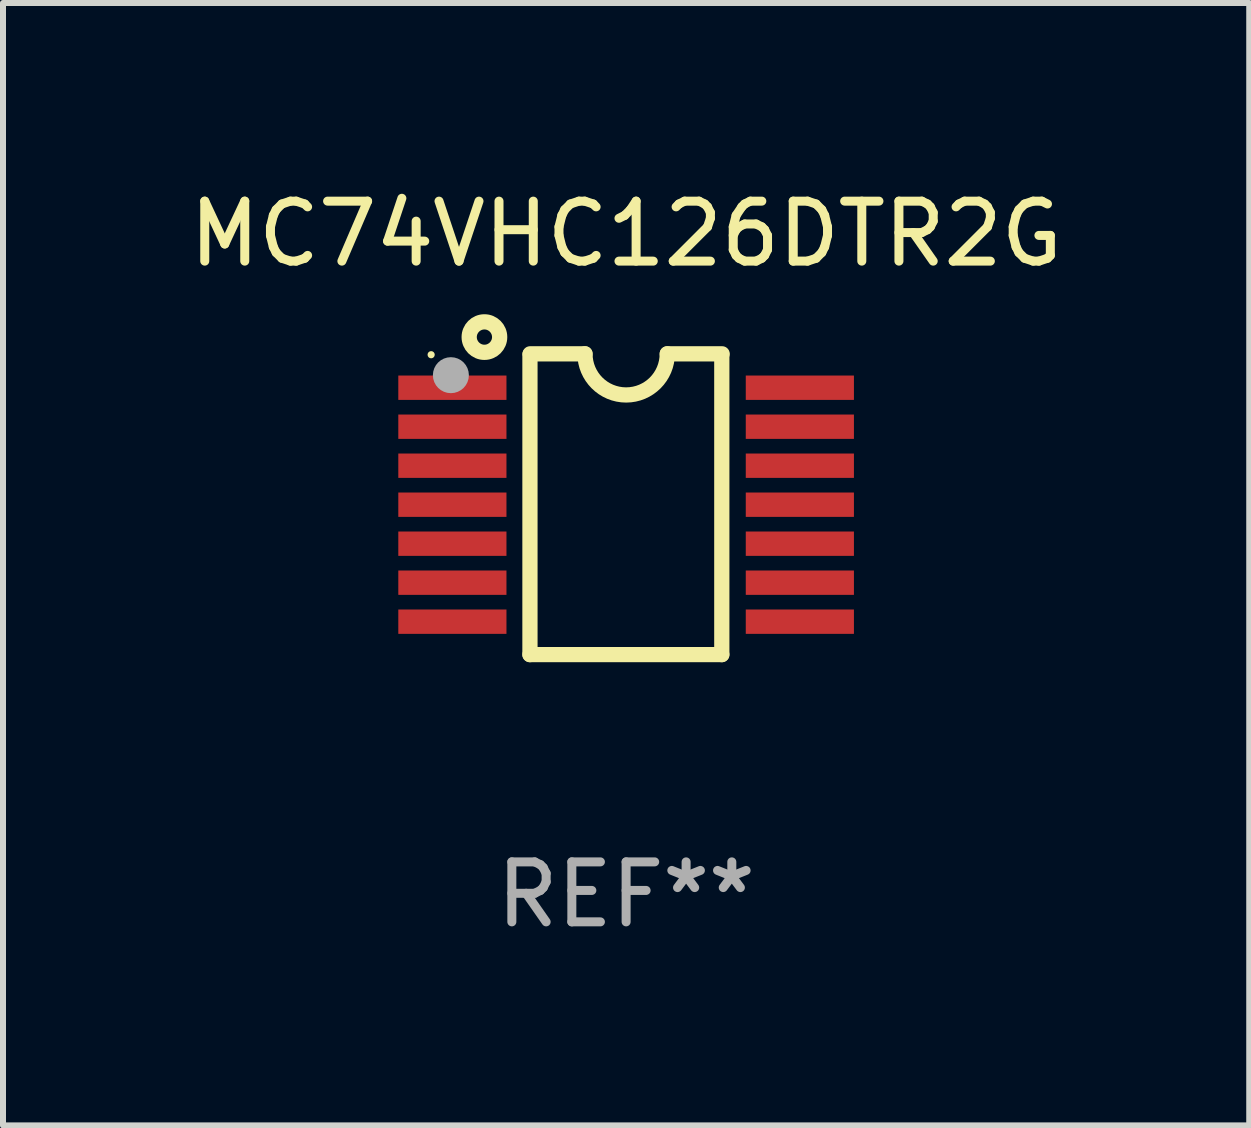
<source format=kicad_pcb>
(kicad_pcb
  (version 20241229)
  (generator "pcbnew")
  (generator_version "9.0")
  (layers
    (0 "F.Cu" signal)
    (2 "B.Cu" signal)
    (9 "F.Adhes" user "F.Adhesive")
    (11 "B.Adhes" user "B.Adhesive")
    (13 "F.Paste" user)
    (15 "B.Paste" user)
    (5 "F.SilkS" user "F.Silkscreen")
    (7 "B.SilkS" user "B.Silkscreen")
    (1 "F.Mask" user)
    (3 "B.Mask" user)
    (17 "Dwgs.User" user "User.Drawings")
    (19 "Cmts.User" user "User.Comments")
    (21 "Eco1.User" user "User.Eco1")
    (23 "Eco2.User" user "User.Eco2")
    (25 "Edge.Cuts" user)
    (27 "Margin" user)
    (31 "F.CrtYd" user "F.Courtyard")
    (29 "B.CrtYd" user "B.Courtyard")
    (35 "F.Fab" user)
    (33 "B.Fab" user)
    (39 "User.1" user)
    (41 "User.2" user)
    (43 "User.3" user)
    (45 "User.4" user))
  (footprint "MC74VHC126DTR2G"
    (layer "F.Cu")
    (at 7.387 5.355)
    (property "Reference" "MC74VHC126DTR2G" (at 0 -4.507 0) (layer "F.SilkS") (effects (font (size 1 1) (thickness 0.15))))
    (attr through_hole)
    (fp_line (start -1.603 2.507) (end -1.603 -2.494) (stroke (width 0.254) (type solid)) (layer "F.SilkS"))
    (fp_line (start -1.603 2.507) (end 1.595 2.507) (stroke (width 0.254) (type solid)) (layer "F.SilkS"))
    (fp_line (start -1.6 -2.507) (end -0.686 -2.507) (stroke (width 0.254) (type solid)) (layer "F.SilkS"))
    (fp_line (start 0.686 -2.507) (end 1.6 -2.507) (stroke (width 0.254) (type solid)) (layer "F.SilkS"))
    (fp_line (start 1.595 2.507) (end 1.595 -2.494) (stroke (width 0.254) (type solid)) (layer "F.SilkS"))
    (fp_arc (start 0.685852 -2.506998) (mid 0.000051 -1.821197) (end -0.68575 -2.506998) (stroke (width 0.254001) (type solid)) (layer "F.SilkS"))
    (fp_circle (center -3.25 -2.492) (end -3.22 -2.492) (stroke (width 0.06) (type solid)) (fill no) (layer "F.SilkS"))
    (fp_circle (center -2.362 -2.786) (end -2.108 -2.786) (stroke (width 0.254) (type solid)) (fill no) (layer "F.SilkS"))
    (fp_circle (center -2.921 -2.151) (end -2.771 -2.151) (stroke (width 0.3) (type solid)) (fill no) (layer "F.Fab"))
    (fp_text user "REF**" (at 0 6.507 0) (layer "F.Fab") (effects (font (size 1 1) (thickness 0.15))))
    (pad "1" smd rect (at -2.896 -1.942) (size 1.803 0.406) (layers "F.Cu" "F.Mask" "F.Paste"))
    (pad "2" smd rect (at -2.896 -1.292) (size 1.803 0.406) (layers "F.Cu" "F.Mask" "F.Paste"))
    (pad "3" smd rect (at -2.896 -0.642) (size 1.803 0.406) (layers "F.Cu" "F.Mask" "F.Paste"))
    (pad "4" smd rect (at -2.896 0.008) (size 1.803 0.406) (layers "F.Cu" "F.Mask" "F.Paste"))
    (pad "5" smd rect (at -2.896 0.658) (size 1.803 0.406) (layers "F.Cu" "F.Mask" "F.Paste"))
    (pad "6" smd rect (at -2.896 1.308) (size 1.803 0.406) (layers "F.Cu" "F.Mask" "F.Paste"))
    (pad "7" smd rect (at -2.896 1.958) (size 1.803 0.406) (layers "F.Cu" "F.Mask" "F.Paste"))
    (pad "8" smd rect (at 2.896 1.958) (size 1.803 0.406) (layers "F.Cu" "F.Mask" "F.Paste"))
    (pad "9" smd rect (at 2.896 1.308) (size 1.803 0.406) (layers "F.Cu" "F.Mask" "F.Paste"))
    (pad "10" smd rect (at 2.896 0.658) (size 1.803 0.406) (layers "F.Cu" "F.Mask" "F.Paste"))
    (pad "11" smd rect (at 2.896 0.008) (size 1.803 0.406) (layers "F.Cu" "F.Mask" "F.Paste"))
    (pad "12" smd rect (at 2.896 -0.642) (size 1.803 0.406) (layers "F.Cu" "F.Mask" "F.Paste"))
    (pad "13" smd rect (at 2.896 -1.292) (size 1.803 0.406) (layers "F.Cu" "F.Mask" "F.Paste"))
    (pad "14" smd rect (at 2.896 -1.942) (size 1.803 0.406) (layers "F.Cu" "F.Mask" "F.Paste")))
  (gr_rect
    (start -3 -3)
    (end 17.774 15.71)
    (stroke (width 0.1) (type default))
    (fill no)
    (layer "Edge.Cuts")))
</source>
